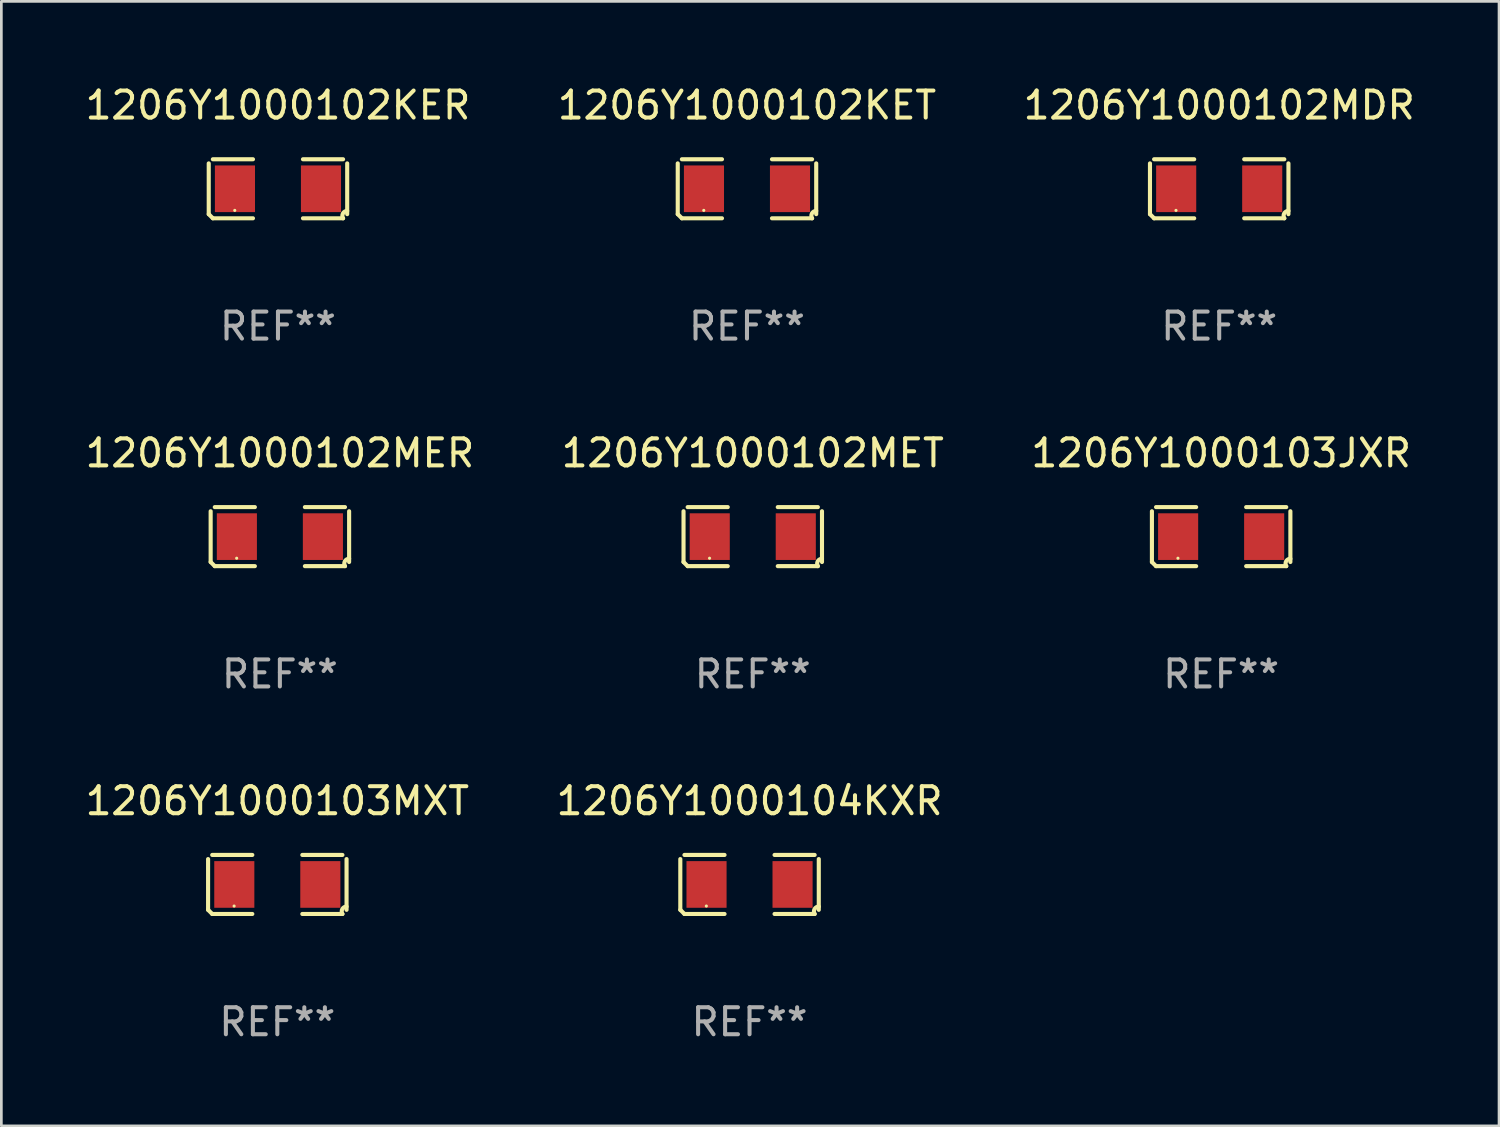
<source format=kicad_pcb>
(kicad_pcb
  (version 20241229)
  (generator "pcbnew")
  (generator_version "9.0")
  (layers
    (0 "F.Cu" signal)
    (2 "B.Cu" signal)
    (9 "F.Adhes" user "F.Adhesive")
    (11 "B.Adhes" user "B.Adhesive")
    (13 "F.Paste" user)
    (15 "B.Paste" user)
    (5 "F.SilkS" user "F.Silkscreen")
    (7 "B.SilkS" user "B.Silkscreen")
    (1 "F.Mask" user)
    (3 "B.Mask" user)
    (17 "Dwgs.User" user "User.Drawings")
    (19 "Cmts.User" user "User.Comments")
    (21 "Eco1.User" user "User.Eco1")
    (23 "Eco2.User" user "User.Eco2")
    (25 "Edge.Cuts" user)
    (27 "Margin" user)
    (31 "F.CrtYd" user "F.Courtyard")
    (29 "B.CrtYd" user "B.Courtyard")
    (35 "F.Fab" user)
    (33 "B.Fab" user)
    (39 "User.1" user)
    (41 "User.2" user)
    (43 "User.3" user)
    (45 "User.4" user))
  (footprint "1206Y1000104KXR"
    (layer "F.Cu")
    (at 24.708 29.704)
    (property "Reference" "1206Y1000104KXR" (at 0 -3.093 0) (layer "F.SilkS") (effects (font (size 1 1) (thickness 0.15))))
    (attr through_hole)
    (fp_line (start -2.564 0.94) (end -2.564 -0.94) (stroke (width 0.152) (type solid)) (layer "F.SilkS"))
    (fp_line (start -2.411 -1.093) (end -0.926 -1.093) (stroke (width 0.152) (type solid)) (layer "F.SilkS"))
    (fp_line (start -0.926 1.093) (end -2.411 1.093) (stroke (width 0.152) (type solid)) (layer "F.SilkS"))
    (fp_line (start 0.926 1.093) (end 2.411 1.093) (stroke (width 0.152) (type solid)) (layer "F.SilkS"))
    (fp_line (start 2.411 -1.093) (end 0.926 -1.093) (stroke (width 0.152) (type solid)) (layer "F.SilkS"))
    (fp_line (start 2.564 0.94) (end 2.564 -0.94) (stroke (width 0.152) (type solid)) (layer "F.SilkS"))
    (fp_arc (start -2.411201 1.092609) (mid -2.487413 1.01642) (end -2.563602 0.940208) (stroke (width 0.1524) (type solid)) (layer "F.SilkS"))
    (fp_arc (start 2.411201 1.092609) (mid 2.407159 0.911226) (end 2.563602 0.819347) (stroke (width 0.1524) (type solid)) (layer "F.SilkS"))
    (fp_circle (center -1.6 0.8) (end -1.57 0.8) (stroke (width 0.06) (type solid)) (fill no) (layer "F.SilkS"))
    (fp_text user "REF**" (at 0 5.093 0) (layer "F.Fab") (effects (font (size 1 1) (thickness 0.15))))
    (pad "1" smd rect (at -1.593 0) (size 1.485 1.728) (layers "F.Cu" "F.Mask" "F.Paste"))
    (pad "2" smd rect (at 1.593 0) (size 1.485 1.728) (layers "F.Cu" "F.Mask" "F.Paste")))
  (footprint "1206Y1000102KER"
    (layer "F.Cu")
    (at 7.244 3.941)
    (property "Reference" "1206Y1000102KER" (at 0 -3.093 0) (layer "F.SilkS") (effects (font (size 1 1) (thickness 0.15))))
    (attr through_hole)
    (fp_line (start -2.564 0.94) (end -2.564 -0.94) (stroke (width 0.152) (type solid)) (layer "F.SilkS"))
    (fp_line (start -2.411 -1.093) (end -0.926 -1.093) (stroke (width 0.152) (type solid)) (layer "F.SilkS"))
    (fp_line (start -0.926 1.093) (end -2.411 1.093) (stroke (width 0.152) (type solid)) (layer "F.SilkS"))
    (fp_line (start 0.926 1.093) (end 2.411 1.093) (stroke (width 0.152) (type solid)) (layer "F.SilkS"))
    (fp_line (start 2.411 -1.093) (end 0.926 -1.093) (stroke (width 0.152) (type solid)) (layer "F.SilkS"))
    (fp_line (start 2.564 0.94) (end 2.564 -0.94) (stroke (width 0.152) (type solid)) (layer "F.SilkS"))
    (fp_arc (start -2.411201 1.092609) (mid -2.487413 1.01642) (end -2.563602 0.940208) (stroke (width 0.1524) (type solid)) (layer "F.SilkS"))
    (fp_arc (start 2.411201 1.092609) (mid 2.407159 0.911226) (end 2.563602 0.819347) (stroke (width 0.1524) (type solid)) (layer "F.SilkS"))
    (fp_circle (center -1.6 0.8) (end -1.57 0.8) (stroke (width 0.06) (type solid)) (fill no) (layer "F.SilkS"))
    (fp_text user "REF**" (at 0 5.093 0) (layer "F.Fab") (effects (font (size 1 1) (thickness 0.15))))
    (pad "1" smd rect (at -1.593 0) (size 1.485 1.728) (layers "F.Cu" "F.Mask" "F.Paste"))
    (pad "2" smd rect (at 1.593 0) (size 1.485 1.728) (layers "F.Cu" "F.Mask" "F.Paste")))
  (footprint "1206Y1000102MDR"
    (layer "F.Cu")
    (at 42.101 3.941)
    (property "Reference" "1206Y1000102MDR" (at 0 -3.093 0) (layer "F.SilkS") (effects (font (size 1 1) (thickness 0.15))))
    (attr through_hole)
    (fp_line (start -2.564 0.94) (end -2.564 -0.94) (stroke (width 0.152) (type solid)) (layer "F.SilkS"))
    (fp_line (start -2.411 -1.093) (end -0.926 -1.093) (stroke (width 0.152) (type solid)) (layer "F.SilkS"))
    (fp_line (start -0.926 1.093) (end -2.411 1.093) (stroke (width 0.152) (type solid)) (layer "F.SilkS"))
    (fp_line (start 0.926 1.093) (end 2.411 1.093) (stroke (width 0.152) (type solid)) (layer "F.SilkS"))
    (fp_line (start 2.411 -1.093) (end 0.926 -1.093) (stroke (width 0.152) (type solid)) (layer "F.SilkS"))
    (fp_line (start 2.564 0.94) (end 2.564 -0.94) (stroke (width 0.152) (type solid)) (layer "F.SilkS"))
    (fp_arc (start -2.411201 1.092609) (mid -2.487413 1.01642) (end -2.563602 0.940208) (stroke (width 0.1524) (type solid)) (layer "F.SilkS"))
    (fp_arc (start 2.411201 1.092609) (mid 2.407159 0.911226) (end 2.563602 0.819347) (stroke (width 0.1524) (type solid)) (layer "F.SilkS"))
    (fp_circle (center -1.6 0.8) (end -1.57 0.8) (stroke (width 0.06) (type solid)) (fill no) (layer "F.SilkS"))
    (fp_text user "REF**" (at 0 5.093 0) (layer "F.Fab") (effects (font (size 1 1) (thickness 0.15))))
    (pad "1" smd rect (at -1.593 0) (size 1.485 1.728) (layers "F.Cu" "F.Mask" "F.Paste"))
    (pad "2" smd rect (at 1.593 0) (size 1.485 1.728) (layers "F.Cu" "F.Mask" "F.Paste")))
  (footprint "1206Y1000102KET"
    (layer "F.Cu")
    (at 24.613 3.941)
    (property "Reference" "1206Y1000102KET" (at 0 -3.093 0) (layer "F.SilkS") (effects (font (size 1 1) (thickness 0.15))))
    (attr through_hole)
    (fp_line (start -2.564 0.94) (end -2.564 -0.94) (stroke (width 0.152) (type solid)) (layer "F.SilkS"))
    (fp_line (start -2.411 -1.093) (end -0.926 -1.093) (stroke (width 0.152) (type solid)) (layer "F.SilkS"))
    (fp_line (start -0.926 1.093) (end -2.411 1.093) (stroke (width 0.152) (type solid)) (layer "F.SilkS"))
    (fp_line (start 0.926 1.093) (end 2.411 1.093) (stroke (width 0.152) (type solid)) (layer "F.SilkS"))
    (fp_line (start 2.411 -1.093) (end 0.926 -1.093) (stroke (width 0.152) (type solid)) (layer "F.SilkS"))
    (fp_line (start 2.564 0.94) (end 2.564 -0.94) (stroke (width 0.152) (type solid)) (layer "F.SilkS"))
    (fp_arc (start -2.411201 1.092609) (mid -2.487413 1.01642) (end -2.563602 0.940208) (stroke (width 0.1524) (type solid)) (layer "F.SilkS"))
    (fp_arc (start 2.411201 1.092609) (mid 2.407159 0.911226) (end 2.563602 0.819347) (stroke (width 0.1524) (type solid)) (layer "F.SilkS"))
    (fp_circle (center -1.6 0.8) (end -1.57 0.8) (stroke (width 0.06) (type solid)) (fill no) (layer "F.SilkS"))
    (fp_text user "REF**" (at 0 5.093 0) (layer "F.Fab") (effects (font (size 1 1) (thickness 0.15))))
    (pad "1" smd rect (at -1.593 0) (size 1.485 1.728) (layers "F.Cu" "F.Mask" "F.Paste"))
    (pad "2" smd rect (at 1.593 0) (size 1.485 1.728) (layers "F.Cu" "F.Mask" "F.Paste")))
  (footprint "1206Y1000103JXR"
    (layer "F.Cu")
    (at 42.173 16.823)
    (property "Reference" "1206Y1000103JXR" (at 0 -3.093 0) (layer "F.SilkS") (effects (font (size 1 1) (thickness 0.15))))
    (attr through_hole)
    (fp_line (start -2.564 0.94) (end -2.564 -0.94) (stroke (width 0.152) (type solid)) (layer "F.SilkS"))
    (fp_line (start -2.411 -1.093) (end -0.926 -1.093) (stroke (width 0.152) (type solid)) (layer "F.SilkS"))
    (fp_line (start -0.926 1.093) (end -2.411 1.093) (stroke (width 0.152) (type solid)) (layer "F.SilkS"))
    (fp_line (start 0.926 1.093) (end 2.411 1.093) (stroke (width 0.152) (type solid)) (layer "F.SilkS"))
    (fp_line (start 2.411 -1.093) (end 0.926 -1.093) (stroke (width 0.152) (type solid)) (layer "F.SilkS"))
    (fp_line (start 2.564 0.94) (end 2.564 -0.94) (stroke (width 0.152) (type solid)) (layer "F.SilkS"))
    (fp_arc (start -2.411201 1.092609) (mid -2.487413 1.01642) (end -2.563602 0.940208) (stroke (width 0.1524) (type solid)) (layer "F.SilkS"))
    (fp_arc (start 2.411201 1.092609) (mid 2.407159 0.911226) (end 2.563602 0.819347) (stroke (width 0.1524) (type solid)) (layer "F.SilkS"))
    (fp_circle (center -1.6 0.8) (end -1.57 0.8) (stroke (width 0.06) (type solid)) (fill no) (layer "F.SilkS"))
    (fp_text user "REF**" (at 0 5.093 0) (layer "F.Fab") (effects (font (size 1 1) (thickness 0.15))))
    (pad "1" smd rect (at -1.593 0) (size 1.485 1.728) (layers "F.Cu" "F.Mask" "F.Paste"))
    (pad "2" smd rect (at 1.593 0) (size 1.485 1.728) (layers "F.Cu" "F.Mask" "F.Paste")))
  (footprint "1206Y1000102MET"
    (layer "F.Cu")
    (at 24.827 16.823)
    (property "Reference" "1206Y1000102MET" (at 0 -3.093 0) (layer "F.SilkS") (effects (font (size 1 1) (thickness 0.15))))
    (attr through_hole)
    (fp_line (start -2.564 0.94) (end -2.564 -0.94) (stroke (width 0.152) (type solid)) (layer "F.SilkS"))
    (fp_line (start -2.411 -1.093) (end -0.926 -1.093) (stroke (width 0.152) (type solid)) (layer "F.SilkS"))
    (fp_line (start -0.926 1.093) (end -2.411 1.093) (stroke (width 0.152) (type solid)) (layer "F.SilkS"))
    (fp_line (start 0.926 1.093) (end 2.411 1.093) (stroke (width 0.152) (type solid)) (layer "F.SilkS"))
    (fp_line (start 2.411 -1.093) (end 0.926 -1.093) (stroke (width 0.152) (type solid)) (layer "F.SilkS"))
    (fp_line (start 2.564 0.94) (end 2.564 -0.94) (stroke (width 0.152) (type solid)) (layer "F.SilkS"))
    (fp_arc (start -2.411201 1.092609) (mid -2.487413 1.01642) (end -2.563602 0.940208) (stroke (width 0.1524) (type solid)) (layer "F.SilkS"))
    (fp_arc (start 2.411201 1.092609) (mid 2.407159 0.911226) (end 2.563602 0.819347) (stroke (width 0.1524) (type solid)) (layer "F.SilkS"))
    (fp_circle (center -1.6 0.8) (end -1.57 0.8) (stroke (width 0.06) (type solid)) (fill no) (layer "F.SilkS"))
    (fp_text user "REF**" (at 0 5.093 0) (layer "F.Fab") (effects (font (size 1 1) (thickness 0.15))))
    (pad "1" smd rect (at -1.593 0) (size 1.485 1.728) (layers "F.Cu" "F.Mask" "F.Paste"))
    (pad "2" smd rect (at 1.593 0) (size 1.485 1.728) (layers "F.Cu" "F.Mask" "F.Paste")))
  (footprint "1206Y1000103MXT"
    (layer "F.Cu")
    (at 7.22 29.704)
    (property "Reference" "1206Y1000103MXT" (at 0 -3.093 0) (layer "F.SilkS") (effects (font (size 1 1) (thickness 0.15))))
    (attr through_hole)
    (fp_line (start -2.564 0.94) (end -2.564 -0.94) (stroke (width 0.152) (type solid)) (layer "F.SilkS"))
    (fp_line (start -2.411 -1.093) (end -0.926 -1.093) (stroke (width 0.152) (type solid)) (layer "F.SilkS"))
    (fp_line (start -0.926 1.093) (end -2.411 1.093) (stroke (width 0.152) (type solid)) (layer "F.SilkS"))
    (fp_line (start 0.926 1.093) (end 2.411 1.093) (stroke (width 0.152) (type solid)) (layer "F.SilkS"))
    (fp_line (start 2.411 -1.093) (end 0.926 -1.093) (stroke (width 0.152) (type solid)) (layer "F.SilkS"))
    (fp_line (start 2.564 0.94) (end 2.564 -0.94) (stroke (width 0.152) (type solid)) (layer "F.SilkS"))
    (fp_arc (start -2.411201 1.092609) (mid -2.487413 1.01642) (end -2.563602 0.940208) (stroke (width 0.1524) (type solid)) (layer "F.SilkS"))
    (fp_arc (start 2.411201 1.092609) (mid 2.407159 0.911226) (end 2.563602 0.819347) (stroke (width 0.1524) (type solid)) (layer "F.SilkS"))
    (fp_circle (center -1.6 0.8) (end -1.57 0.8) (stroke (width 0.06) (type solid)) (fill no) (layer "F.SilkS"))
    (fp_text user "REF**" (at 0 5.093 0) (layer "F.Fab") (effects (font (size 1 1) (thickness 0.15))))
    (pad "1" smd rect (at -1.593 0) (size 1.485 1.728) (layers "F.Cu" "F.Mask" "F.Paste"))
    (pad "2" smd rect (at 1.593 0) (size 1.485 1.728) (layers "F.Cu" "F.Mask" "F.Paste")))
  (footprint "1206Y1000102MER"
    (layer "F.Cu")
    (at 7.315 16.823)
    (property "Reference" "1206Y1000102MER" (at 0 -3.093 0) (layer "F.SilkS") (effects (font (size 1 1) (thickness 0.15))))
    (attr through_hole)
    (fp_line (start -2.564 0.94) (end -2.564 -0.94) (stroke (width 0.152) (type solid)) (layer "F.SilkS"))
    (fp_line (start -2.411 -1.093) (end -0.926 -1.093) (stroke (width 0.152) (type solid)) (layer "F.SilkS"))
    (fp_line (start -0.926 1.093) (end -2.411 1.093) (stroke (width 0.152) (type solid)) (layer "F.SilkS"))
    (fp_line (start 0.926 1.093) (end 2.411 1.093) (stroke (width 0.152) (type solid)) (layer "F.SilkS"))
    (fp_line (start 2.411 -1.093) (end 0.926 -1.093) (stroke (width 0.152) (type solid)) (layer "F.SilkS"))
    (fp_line (start 2.564 0.94) (end 2.564 -0.94) (stroke (width 0.152) (type solid)) (layer "F.SilkS"))
    (fp_arc (start -2.411201 1.092609) (mid -2.487413 1.01642) (end -2.563602 0.940208) (stroke (width 0.1524) (type solid)) (layer "F.SilkS"))
    (fp_arc (start 2.411201 1.092609) (mid 2.407159 0.911226) (end 2.563602 0.819347) (stroke (width 0.1524) (type solid)) (layer "F.SilkS"))
    (fp_circle (center -1.6 0.8) (end -1.57 0.8) (stroke (width 0.06) (type solid)) (fill no) (layer "F.SilkS"))
    (fp_text user "REF**" (at 0 5.093 0) (layer "F.Fab") (effects (font (size 1 1) (thickness 0.15))))
    (pad "1" smd rect (at -1.593 0) (size 1.485 1.728) (layers "F.Cu" "F.Mask" "F.Paste"))
    (pad "2" smd rect (at 1.593 0) (size 1.485 1.728) (layers "F.Cu" "F.Mask" "F.Paste")))
  (gr_rect
    (start -3 -3)
    (end 52.464 38.645)
    (stroke (width 0.1) (type default))
    (fill no)
    (layer "Edge.Cuts")))
</source>
